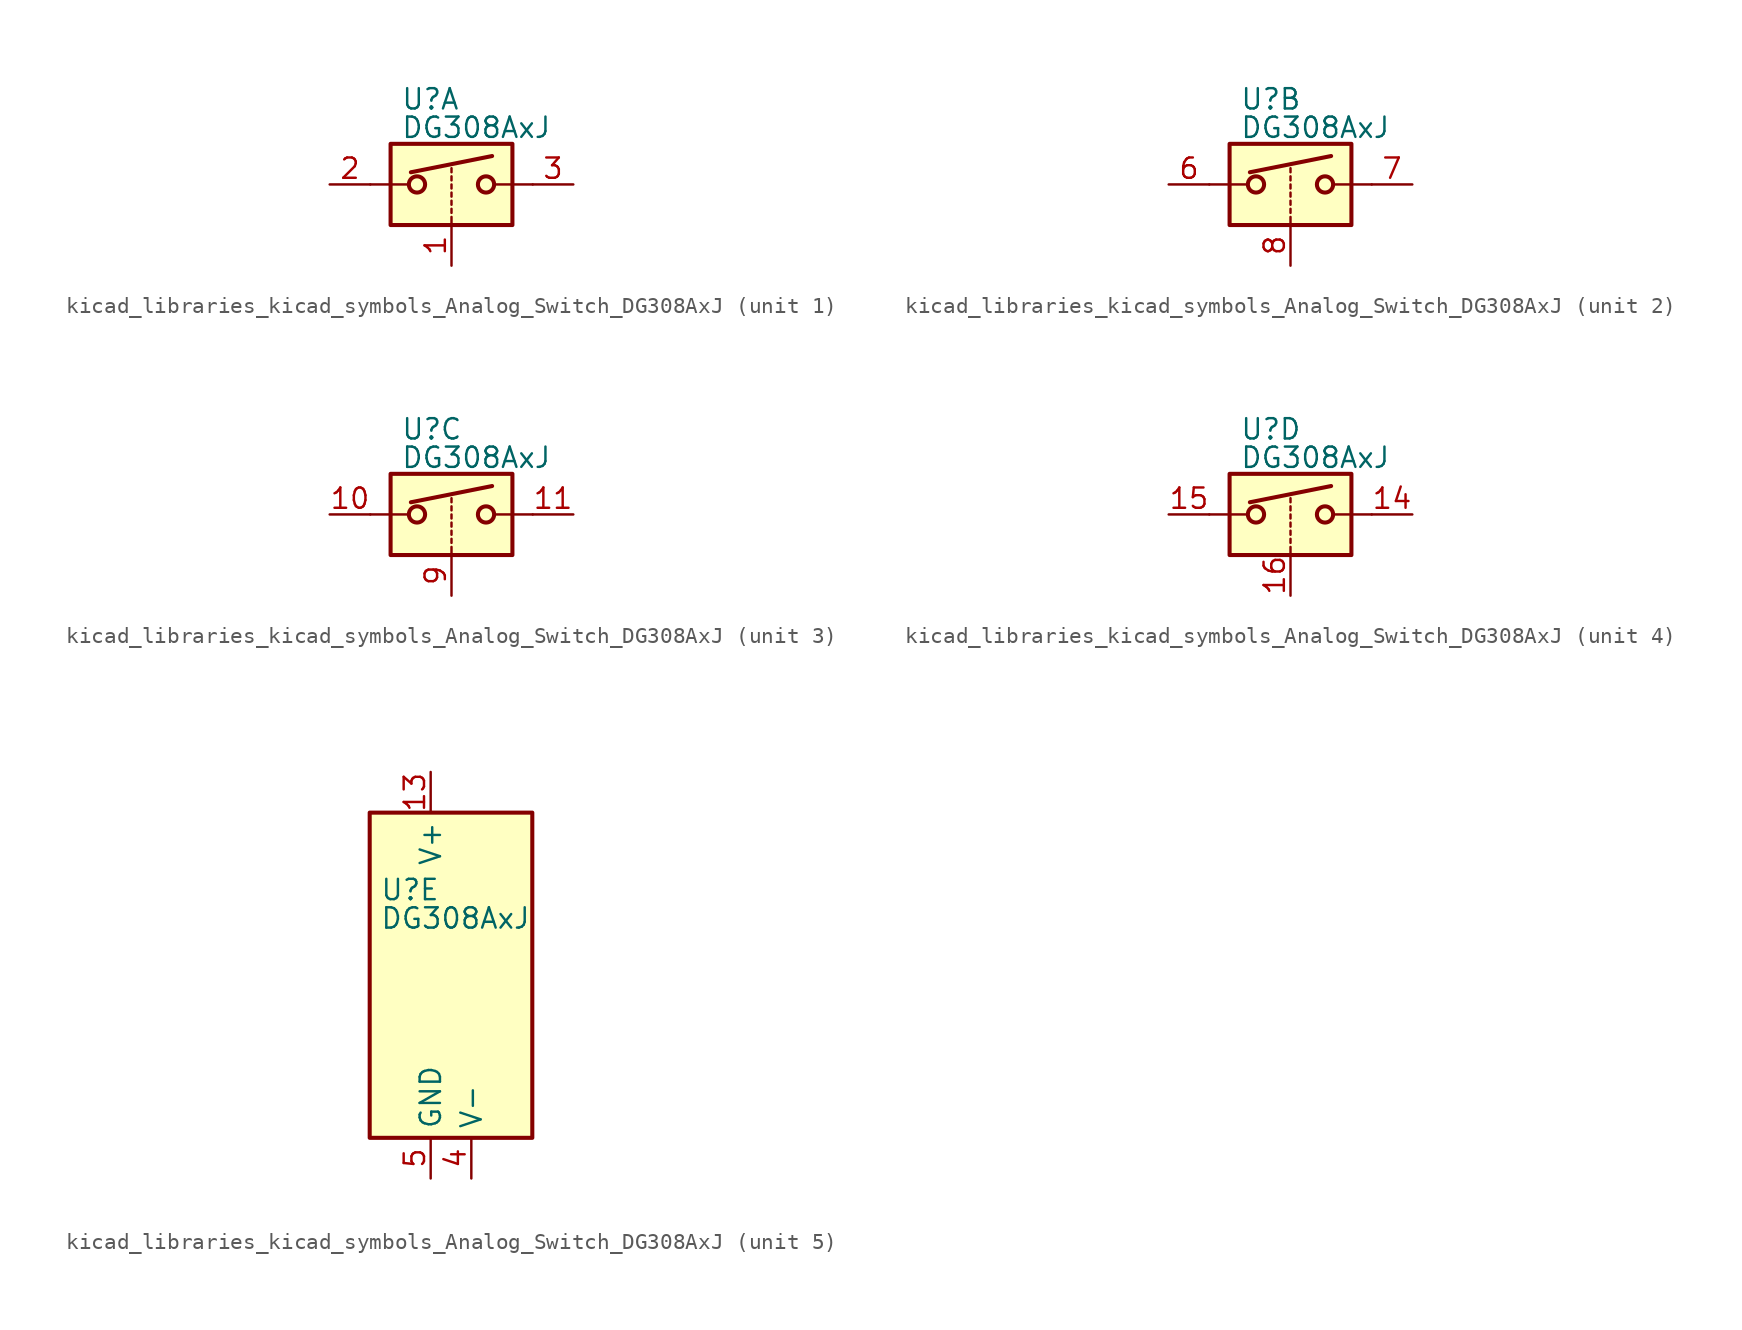
<source format=kicad_sym>
(kicad_symbol_lib
  (version 20220914)
  (generator kicad_symbol_editor)
  (symbol "kicad_libraries_kicad_symbols_Analog_Switch_DG308AxJ"
    (property "Reference" "U"
      (at -3.175 5.334 0)
      (effects (font (size 1.27 1.27)) (justify left)))
    (property "Value" "DG308AxJ"
      (at -3.175 3.556 0)
      (effects (font (size 1.27 1.27)) (justify left)))
    (symbol "kicad_libraries_kicad_symbols_Analog_Switch_DG308AxJ_1_1"
      (rectangle (start -3.81 2.54) (end 3.81 -2.54) (stroke (width 0.254) (type default)) (fill (type background)))
      (circle (center -2.159 0) (radius 0.508) (stroke (width 0.254) (type default)) (fill (type none)))
      (polyline (pts (xy -5.08 0) (xy -2.794 0)) (stroke (width 0) (type default)) (fill (type none)))
      (polyline (pts (xy -2.54 0.762) (xy 2.54 1.778)) (stroke (width 0.254) (type default)) (fill (type none)))
      (polyline (pts (xy 0 -2.54) (xy 0 -2.032)) (stroke (width 0) (type default)) (fill (type none)))
      (polyline (pts (xy 0 -1.778) (xy 0 -1.524)) (stroke (width 0) (type default)) (fill (type none)))
      (polyline (pts (xy 0 -1.27) (xy 0 -1.016)) (stroke (width 0) (type default)) (fill (type none)))
      (polyline (pts (xy 0 -0.762) (xy 0 -0.508)) (stroke (width 0) (type default)) (fill (type none)))
      (polyline (pts (xy 0 -0.254) (xy 0 0)) (stroke (width 0) (type default)) (fill (type none)))
      (polyline (pts (xy 0 0.254) (xy 0 0.508)) (stroke (width 0) (type default)) (fill (type none)))
      (polyline (pts (xy 0 0.762) (xy 0 1.016)) (stroke (width 0) (type default)) (fill (type none)))
      (polyline (pts (xy 5.08 0) (xy 2.794 0)) (stroke (width 0) (type default)) (fill (type none)))
      (circle (center 2.159 0) (radius 0.508) (stroke (width 0.254) (type default)) (fill (type none)))
      (pin input line (at 0 -5.08 90) (length 2.54) (name "~" (effects (font (size 1.27 1.27)))) (number "1" (effects (font (size 1.27 1.27)))))
      (pin passive line (at -7.62 0 0) (length 2.54) (name "~" (effects (font (size 1.27 1.27)))) (number "2" (effects (font (size 1.27 1.27)))))
      (pin passive line (at 7.62 0 180) (length 2.54) (name "~" (effects (font (size 1.27 1.27)))) (number "3" (effects (font (size 1.27 1.27))))))
    (symbol "kicad_libraries_kicad_symbols_Analog_Switch_DG308AxJ_2_1"
      (rectangle (start -3.81 2.54) (end 3.81 -2.54) (stroke (width 0.254) (type default)) (fill (type background)))
      (circle (center -2.159 0) (radius 0.508) (stroke (width 0.254) (type default)) (fill (type none)))
      (polyline (pts (xy -5.08 0) (xy -2.794 0)) (stroke (width 0) (type default)) (fill (type none)))
      (polyline (pts (xy -2.54 0.762) (xy 2.54 1.778)) (stroke (width 0.254) (type default)) (fill (type none)))
      (polyline (pts (xy 0 -2.54) (xy 0 -2.032)) (stroke (width 0) (type default)) (fill (type none)))
      (polyline (pts (xy 0 -1.778) (xy 0 -1.524)) (stroke (width 0) (type default)) (fill (type none)))
      (polyline (pts (xy 0 -1.27) (xy 0 -1.016)) (stroke (width 0) (type default)) (fill (type none)))
      (polyline (pts (xy 0 -0.762) (xy 0 -0.508)) (stroke (width 0) (type default)) (fill (type none)))
      (polyline (pts (xy 0 -0.254) (xy 0 0)) (stroke (width 0) (type default)) (fill (type none)))
      (polyline (pts (xy 0 0.254) (xy 0 0.508)) (stroke (width 0) (type default)) (fill (type none)))
      (polyline (pts (xy 0 0.762) (xy 0 1.016)) (stroke (width 0) (type default)) (fill (type none)))
      (polyline (pts (xy 5.08 0) (xy 2.794 0)) (stroke (width 0) (type default)) (fill (type none)))
      (circle (center 2.159 0) (radius 0.508) (stroke (width 0.254) (type default)) (fill (type none)))
      (pin passive line (at -7.62 0 0) (length 2.54) (name "~" (effects (font (size 1.27 1.27)))) (number "6" (effects (font (size 1.27 1.27)))))
      (pin passive line (at 7.62 0 180) (length 2.54) (name "~" (effects (font (size 1.27 1.27)))) (number "7" (effects (font (size 1.27 1.27)))))
      (pin input line (at 0 -5.08 90) (length 2.54) (name "~" (effects (font (size 1.27 1.27)))) (number "8" (effects (font (size 1.27 1.27))))))
    (symbol "kicad_libraries_kicad_symbols_Analog_Switch_DG308AxJ_3_1"
      (rectangle (start -3.81 2.54) (end 3.81 -2.54) (stroke (width 0.254) (type default)) (fill (type background)))
      (circle (center -2.159 0) (radius 0.508) (stroke (width 0.254) (type default)) (fill (type none)))
      (polyline (pts (xy -5.08 0) (xy -2.794 0)) (stroke (width 0) (type default)) (fill (type none)))
      (polyline (pts (xy -2.54 0.762) (xy 2.54 1.778)) (stroke (width 0.254) (type default)) (fill (type none)))
      (polyline (pts (xy 0 -2.54) (xy 0 -2.032)) (stroke (width 0) (type default)) (fill (type none)))
      (polyline (pts (xy 0 -1.778) (xy 0 -1.524)) (stroke (width 0) (type default)) (fill (type none)))
      (polyline (pts (xy 0 -1.27) (xy 0 -1.016)) (stroke (width 0) (type default)) (fill (type none)))
      (polyline (pts (xy 0 -0.762) (xy 0 -0.508)) (stroke (width 0) (type default)) (fill (type none)))
      (polyline (pts (xy 0 -0.254) (xy 0 0)) (stroke (width 0) (type default)) (fill (type none)))
      (polyline (pts (xy 0 0.254) (xy 0 0.508)) (stroke (width 0) (type default)) (fill (type none)))
      (polyline (pts (xy 0 0.762) (xy 0 1.016)) (stroke (width 0) (type default)) (fill (type none)))
      (polyline (pts (xy 5.08 0) (xy 2.794 0)) (stroke (width 0) (type default)) (fill (type none)))
      (circle (center 2.159 0) (radius 0.508) (stroke (width 0.254) (type default)) (fill (type none)))
      (pin passive line (at -7.62 0 0) (length 2.54) (name "~" (effects (font (size 1.27 1.27)))) (number "10" (effects (font (size 1.27 1.27)))))
      (pin passive line (at 7.62 0 180) (length 2.54) (name "~" (effects (font (size 1.27 1.27)))) (number "11" (effects (font (size 1.27 1.27)))))
      (pin input line (at 0 -5.08 90) (length 2.54) (name "~" (effects (font (size 1.27 1.27)))) (number "9" (effects (font (size 1.27 1.27))))))
    (symbol "kicad_libraries_kicad_symbols_Analog_Switch_DG308AxJ_4_1"
      (rectangle (start -3.81 2.54) (end 3.81 -2.54) (stroke (width 0.254) (type default)) (fill (type background)))
      (circle (center -2.159 0) (radius 0.508) (stroke (width 0.254) (type default)) (fill (type none)))
      (polyline (pts (xy -5.08 0) (xy -2.794 0)) (stroke (width 0) (type default)) (fill (type none)))
      (polyline (pts (xy -2.54 0.762) (xy 2.54 1.778)) (stroke (width 0.254) (type default)) (fill (type none)))
      (polyline (pts (xy 0 -2.54) (xy 0 -2.032)) (stroke (width 0) (type default)) (fill (type none)))
      (polyline (pts (xy 0 -1.778) (xy 0 -1.524)) (stroke (width 0) (type default)) (fill (type none)))
      (polyline (pts (xy 0 -1.27) (xy 0 -1.016)) (stroke (width 0) (type default)) (fill (type none)))
      (polyline (pts (xy 0 -0.762) (xy 0 -0.508)) (stroke (width 0) (type default)) (fill (type none)))
      (polyline (pts (xy 0 -0.254) (xy 0 0)) (stroke (width 0) (type default)) (fill (type none)))
      (polyline (pts (xy 0 0.254) (xy 0 0.508)) (stroke (width 0) (type default)) (fill (type none)))
      (polyline (pts (xy 0 0.762) (xy 0 1.016)) (stroke (width 0) (type default)) (fill (type none)))
      (polyline (pts (xy 5.08 0) (xy 2.794 0)) (stroke (width 0) (type default)) (fill (type none)))
      (circle (center 2.159 0) (radius 0.508) (stroke (width 0.254) (type default)) (fill (type none)))
      (pin passive line (at 7.62 0 180) (length 2.54) (name "~" (effects (font (size 1.27 1.27)))) (number "14" (effects (font (size 1.27 1.27)))))
      (pin passive line (at -7.62 0 0) (length 2.54) (name "~" (effects (font (size 1.27 1.27)))) (number "15" (effects (font (size 1.27 1.27)))))
      (pin input line (at 0 -5.08 90) (length 2.54) (name "~" (effects (font (size 1.27 1.27)))) (number "16" (effects (font (size 1.27 1.27))))))
    (symbol "kicad_libraries_kicad_symbols_Analog_Switch_DG308AxJ_5_0"
      (pin no_connect line (at 2.54 10.16 270) (length 2.54) hide (name "NC" (effects (font (size 1.27 1.27)))) (number "12" (effects (font (size 1.27 1.27)))))
      (pin power_in line (at 0 12.7 270) (length 2.54) (name "V+" (effects (font (size 1.27 1.27)))) (number "13" (effects (font (size 1.27 1.27)))))
      (pin power_in line (at 2.54 -12.7 90) (length 2.54) (name "V-" (effects (font (size 1.27 1.27)))) (number "4" (effects (font (size 1.27 1.27)))))
      (pin power_in line (at 0 -12.7 90) (length 2.54) (name "GND" (effects (font (size 1.27 1.27)))) (number "5" (effects (font (size 1.27 1.27))))))
    (symbol "kicad_libraries_kicad_symbols_Analog_Switch_DG308AxJ_5_1"
      (rectangle (start -3.81 10.16) (end 6.35 -10.16) (stroke (width 0.254) (type default)) (fill (type background))))))
</source>
